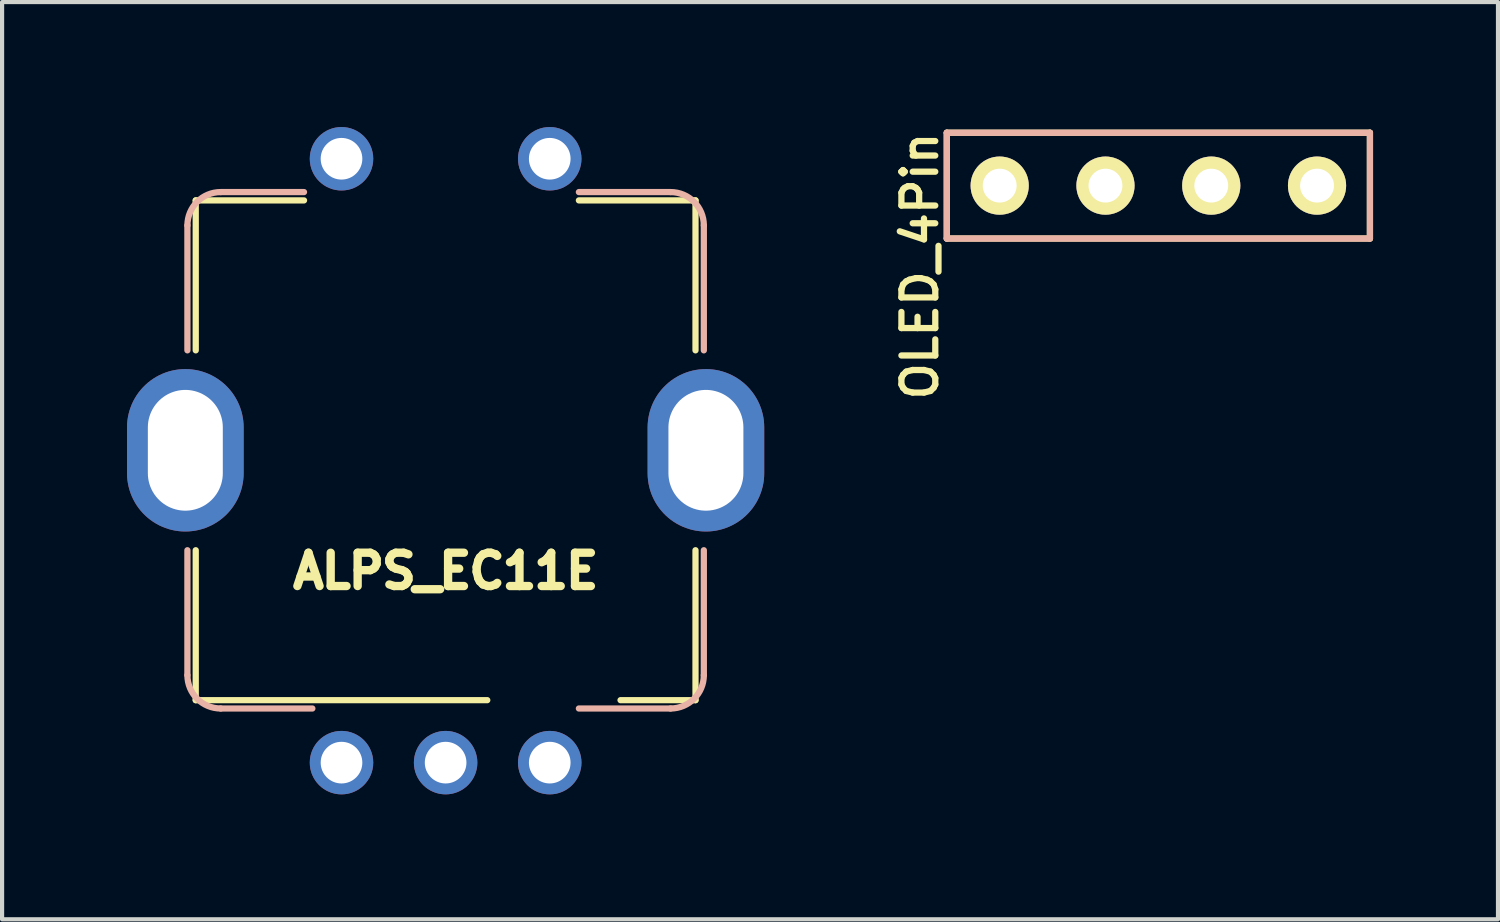
<source format=kicad_pcb>
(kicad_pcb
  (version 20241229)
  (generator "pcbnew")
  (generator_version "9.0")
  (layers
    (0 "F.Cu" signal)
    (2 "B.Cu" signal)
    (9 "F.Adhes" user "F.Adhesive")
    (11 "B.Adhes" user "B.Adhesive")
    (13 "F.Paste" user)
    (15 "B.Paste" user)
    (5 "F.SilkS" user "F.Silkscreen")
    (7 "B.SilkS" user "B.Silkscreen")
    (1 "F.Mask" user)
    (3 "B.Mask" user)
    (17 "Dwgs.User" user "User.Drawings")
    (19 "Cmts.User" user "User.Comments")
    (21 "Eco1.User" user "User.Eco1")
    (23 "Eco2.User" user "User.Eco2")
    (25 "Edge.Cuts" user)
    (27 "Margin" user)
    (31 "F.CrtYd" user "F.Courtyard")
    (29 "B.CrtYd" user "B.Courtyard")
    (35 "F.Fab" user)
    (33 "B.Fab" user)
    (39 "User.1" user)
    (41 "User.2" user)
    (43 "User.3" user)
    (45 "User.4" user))
  (footprint "ALPS_EC11E"
    (layer "F.Cu")
    (at 7.65 7.762)
    (property "Reference" "ALPS_EC11E" (at 0.002 2.9 180) (layer "F.SilkS") (effects (font (size 0.8 0.8) (thickness 0.2))))
    (attr through_hole)
    (fp_line (start -6 -6) (end -3.4 -6) (stroke (width 0.15) (type solid)) (layer "F.SilkS"))
    (fp_line (start -6 -2.4) (end -6 -6) (stroke (width 0.15) (type solid)) (layer "F.SilkS"))
    (fp_line (start -6 6) (end -6 2.4) (stroke (width 0.15) (type solid)) (layer "F.SilkS"))
    (fp_line (start 1 6) (end -6 6) (stroke (width 0.15) (type solid)) (layer "F.SilkS"))
    (fp_line (start 3.2 -6) (end 6 -6) (stroke (width 0.15) (type solid)) (layer "F.SilkS"))
    (fp_line (start 6 -6) (end 6 -2.4) (stroke (width 0.15) (type solid)) (layer "F.SilkS"))
    (fp_line (start 6 6) (end 4.2 6) (stroke (width 0.15) (type solid)) (layer "F.SilkS"))
    (fp_line (start 6 6) (end 6 2.4) (stroke (width 0.15) (type solid)) (layer "F.SilkS"))
    (fp_line (start -6.2 -2.4) (end -6.2 -5.4) (stroke (width 0.15) (type solid)) (layer "B.SilkS"))
    (fp_line (start -6.2 5.4) (end -6.2 2.4) (stroke (width 0.15) (type solid)) (layer "B.SilkS"))
    (fp_line (start -5.4 -6.2) (end -3.4 -6.2) (stroke (width 0.15) (type solid)) (layer "B.SilkS"))
    (fp_line (start -5.4 6.2) (end -3.2 6.2) (stroke (width 0.15) (type solid)) (layer "B.SilkS"))
    (fp_line (start 5.4 -6.2) (end 3.2 -6.2) (stroke (width 0.15) (type solid)) (layer "B.SilkS"))
    (fp_line (start 5.4 6.2) (end 3.2 6.2) (stroke (width 0.15) (type solid)) (layer "B.SilkS"))
    (fp_line (start 6.2 -2.4) (end 6.2 -5.4) (stroke (width 0.15) (type solid)) (layer "B.SilkS"))
    (fp_line (start 6.2 5.4) (end 6.2 2.4) (stroke (width 0.15) (type solid)) (layer "B.SilkS"))
    (fp_arc (start -6.2 -5.4) (mid -5.965685 -5.965685) (end -5.4 -6.2) (stroke (width 0.15) (type solid)) (layer "B.SilkS"))
    (fp_arc (start -5.4 6.2) (mid -5.965685 5.965685) (end -6.2 5.4) (stroke (width 0.15) (type solid)) (layer "B.SilkS"))
    (fp_arc (start 5.4 -6.2) (mid 5.965685 -5.965685) (end 6.2 -5.4) (stroke (width 0.15) (type solid)) (layer "B.SilkS"))
    (fp_arc (start 6.2 5.4) (mid 5.965685 5.965685) (end 5.4 6.2) (stroke (width 0.15) (type solid)) (layer "B.SilkS"))
    (pad "" thru_hole oval (at -6.25 0) (size 2.8 3.9) (drill oval 1.8 2.9) (layers "*.Cu" "*.Mask"))
    (pad "" thru_hole oval (at 6.25 0) (size 2.8 3.9) (drill oval 1.8 2.9) (layers "*.Cu" "*.Mask"))
    (pad "A" thru_hole circle (at -2.5 7.5) (size 1.524 1.524) (drill 1) (layers "*.Cu" "*.Mask"))
    (pad "B" thru_hole circle (at 2.5 7.5) (size 1.524 1.524) (drill 1) (layers "*.Cu" "*.Mask"))
    (pad "C" thru_hole circle (at 0 7.5) (size 1.524 1.524) (drill 1) (layers "*.Cu" "*.Mask"))
    (pad "S1" thru_hole circle (at -2.5 -7) (size 1.524 1.524) (drill 1) (layers "*.Cu" "*.Mask"))
    (pad "S2" thru_hole circle (at 2.5 -7) (size 1.524 1.524) (drill 1) (layers "*.Cu" "*.Mask")))
  (footprint "OLED_4Pin"
    (layer "F.Cu")
    (at 20.954 1.407)
    (property "Reference" "OLED_4Pin" (at -1.915 1.93 270) (layer "F.SilkS") (effects (font (size 0.813 0.813) (thickness 0.15))))
    (attr through_hole)
    (fp_line (start -1.27 -1.27) (end 8.89 -1.27) (stroke (width 0.15) (type solid)) (layer "F.SilkS"))
    (fp_line (start -1.27 1.27) (end -1.27 -1.27) (stroke (width 0.15) (type solid)) (layer "F.SilkS"))
    (fp_line (start -1.27 1.27) (end 8.89 1.27) (stroke (width 0.15) (type solid)) (layer "F.SilkS"))
    (fp_line (start 8.89 -1.27) (end 8.89 1.27) (stroke (width 0.15) (type solid)) (layer "F.SilkS"))
    (fp_line (start -1.27 -1.27) (end 8.89 -1.27) (stroke (width 0.15) (type solid)) (layer "B.SilkS"))
    (fp_line (start -1.27 1.27) (end -1.27 -1.27) (stroke (width 0.15) (type solid)) (layer "B.SilkS"))
    (fp_line (start 8.89 -1.27) (end 8.89 1.27) (stroke (width 0.15) (type solid)) (layer "B.SilkS"))
    (fp_line (start 8.89 1.27) (end -1.27 1.27) (stroke (width 0.15) (type solid)) (layer "B.SilkS"))
    (pad "1" thru_hole circle (at 0 0) (size 1.397 1.397) (drill 0.813) (layers "*.Cu" "*.Mask" "F.SilkS"))
    (pad "2" thru_hole circle (at 2.54 0) (size 1.397 1.397) (drill 0.813) (layers "*.Cu" "*.Mask" "F.SilkS"))
    (pad "3" thru_hole circle (at 5.08 0) (size 1.397 1.397) (drill 0.813) (layers "*.Cu" "*.Mask" "F.SilkS"))
    (pad "4" thru_hole circle (at 7.62 0) (size 1.397 1.397) (drill 0.813) (layers "*.Cu" "*.Mask" "F.SilkS")))
  (gr_rect
    (start -3 -3)
    (end 32.919 19.024)
    (stroke (width 0.1) (type default))
    (fill no)
    (layer "Edge.Cuts")))
</source>
